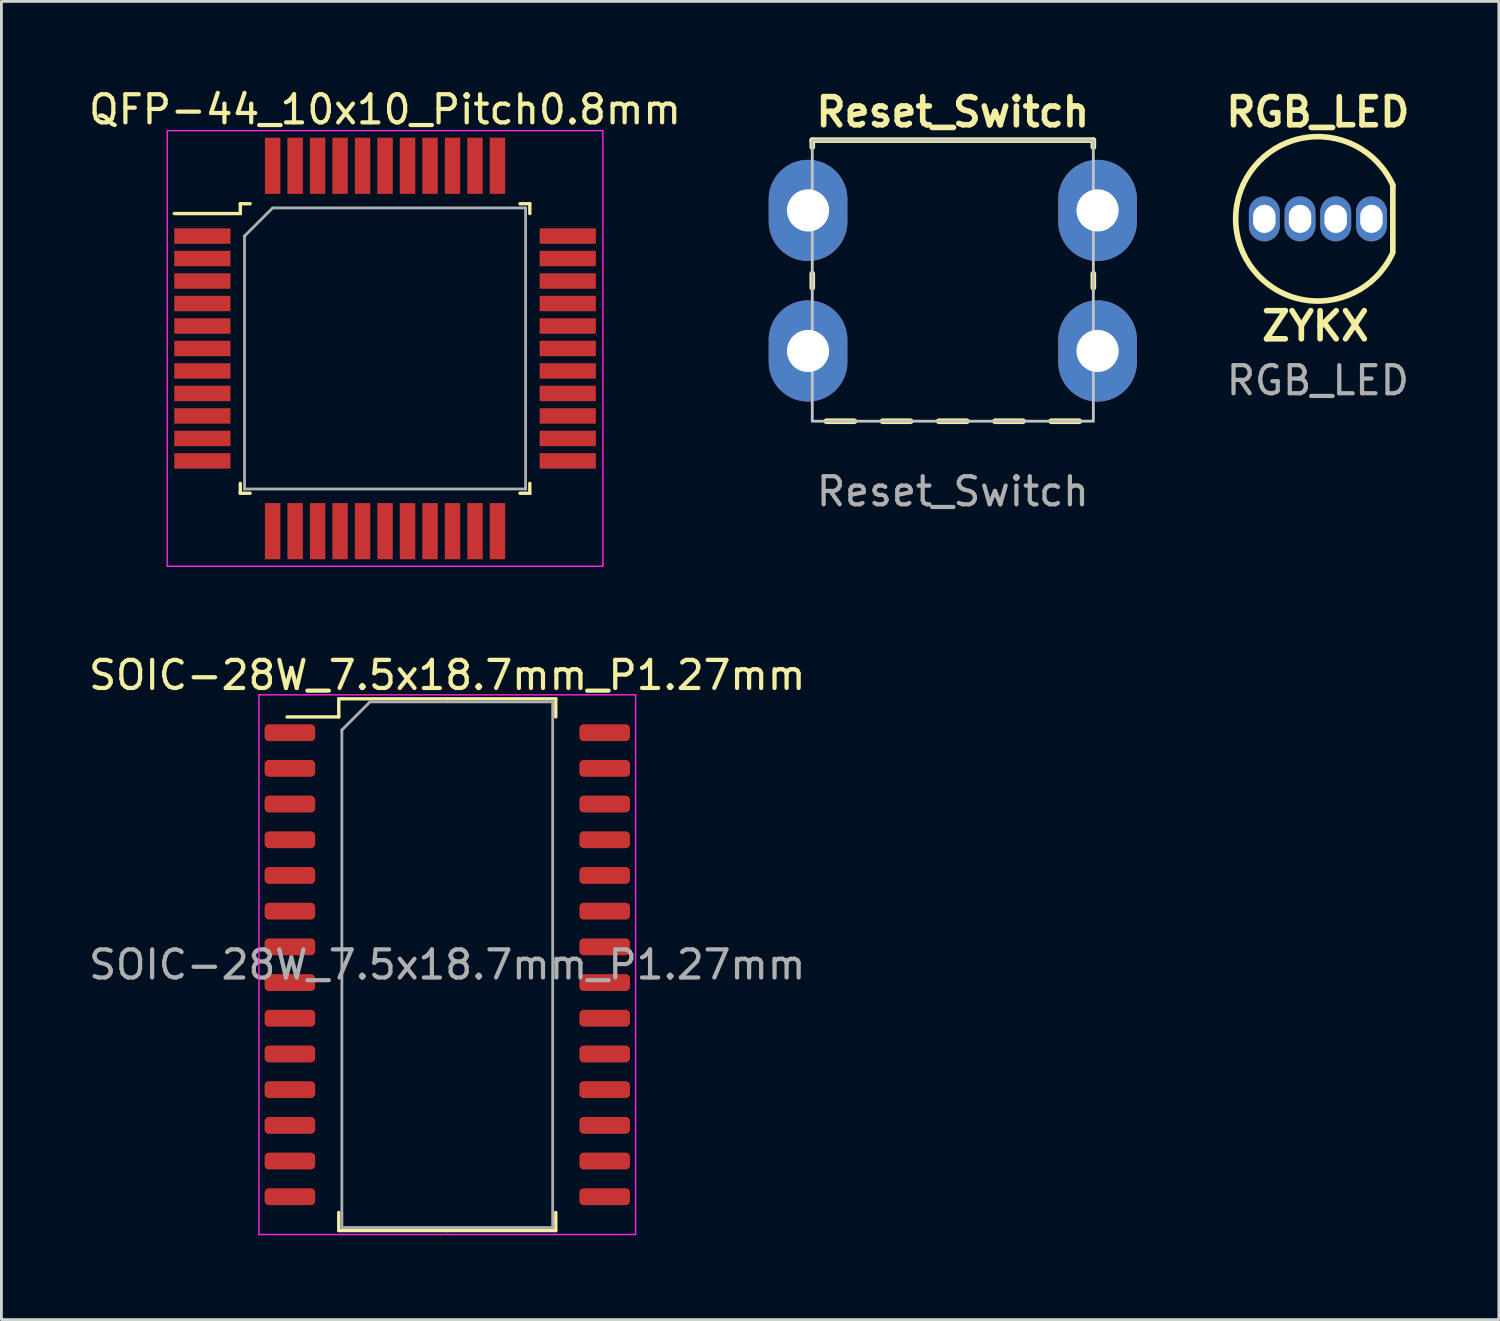
<source format=kicad_pcb>
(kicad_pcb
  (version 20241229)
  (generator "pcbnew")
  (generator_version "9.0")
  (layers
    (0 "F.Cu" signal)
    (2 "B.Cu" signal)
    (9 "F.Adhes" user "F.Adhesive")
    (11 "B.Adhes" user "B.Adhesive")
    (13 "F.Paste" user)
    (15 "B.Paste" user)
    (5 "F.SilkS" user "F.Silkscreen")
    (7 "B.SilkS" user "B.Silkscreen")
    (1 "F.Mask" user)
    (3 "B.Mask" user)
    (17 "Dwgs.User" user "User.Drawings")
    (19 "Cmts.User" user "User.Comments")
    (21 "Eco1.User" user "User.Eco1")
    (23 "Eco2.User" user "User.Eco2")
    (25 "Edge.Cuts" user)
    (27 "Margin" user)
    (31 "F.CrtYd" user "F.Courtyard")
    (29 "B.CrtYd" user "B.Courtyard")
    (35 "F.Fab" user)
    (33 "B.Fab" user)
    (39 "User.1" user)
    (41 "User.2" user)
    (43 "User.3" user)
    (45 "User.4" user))
  (footprint "QFP-44_10x10_Pitch0.8mm"
    (layer "F.Cu")
    (at 10.649 9.348)
    (property "Reference" "QFP-44_10x10_Pitch0.8mm" (at 0 -8.5 0) (layer "F.SilkS") (effects (font (size 1 1) (thickness 0.15))))
    (attr smd)
    (fp_line (start -5.15 -5.15) (end -5.15 -4.8) (stroke (width 0.12) (type default)) (layer "F.SilkS"))
    (fp_line (start -5.15 -4.8) (end -7.5 -4.8) (stroke (width 0.12) (type default)) (layer "F.SilkS"))
    (fp_line (start -5.15 5.15) (end -5.15 4.8) (stroke (width 0.12) (type default)) (layer "F.SilkS"))
    (fp_line (start -4.8 -5.15) (end -5.15 -5.15) (stroke (width 0.12) (type default)) (layer "F.SilkS"))
    (fp_line (start -4.8 5.15) (end -5.15 5.15) (stroke (width 0.12) (type default)) (layer "F.SilkS"))
    (fp_line (start 4.8 -5.15) (end 5.15 -5.15) (stroke (width 0.12) (type default)) (layer "F.SilkS"))
    (fp_line (start 4.8 5.15) (end 5.15 5.15) (stroke (width 0.12) (type default)) (layer "F.SilkS"))
    (fp_line (start 5.15 -5.15) (end 5.15 -4.8) (stroke (width 0.12) (type default)) (layer "F.SilkS"))
    (fp_line (start 5.15 5.15) (end 5.15 4.8) (stroke (width 0.12) (type default)) (layer "F.SilkS"))
    (fp_line (start -7.75 -7.75) (end 7.75 -7.75) (stroke (width 0.05) (type default)) (layer "F.CrtYd"))
    (fp_line (start -7.75 7.75) (end -7.75 -7.75) (stroke (width 0.05) (type default)) (layer "F.CrtYd"))
    (fp_line (start 7.75 -7.75) (end 7.75 7.75) (stroke (width 0.05) (type default)) (layer "F.CrtYd"))
    (fp_line (start 7.75 7.75) (end -7.75 7.75) (stroke (width 0.05) (type default)) (layer "F.CrtYd"))
    (fp_line (start -5 -4) (end -5 5) (stroke (width 0.1) (type default)) (layer "F.Fab"))
    (fp_line (start -5 5) (end 5 5) (stroke (width 0.1) (type default)) (layer "F.Fab"))
    (fp_line (start -4 -5) (end -5 -4) (stroke (width 0.1) (type default)) (layer "F.Fab"))
    (fp_line (start 5 -5) (end -4 -5) (stroke (width 0.1) (type default)) (layer "F.Fab"))
    (fp_line (start 5 5) (end 5 -5) (stroke (width 0.1) (type default)) (layer "F.Fab"))
    (pad "1" smd rect (at -6.5 -4 90) (size 0.55 2) (layers "F.Cu" "F.Mask" "F.Paste"))
    (pad "2" smd rect (at -6.5 -3.2 90) (size 0.55 2) (layers "F.Cu" "F.Mask" "F.Paste"))
    (pad "3" smd rect (at -6.5 -2.4 90) (size 0.55 2) (layers "F.Cu" "F.Mask" "F.Paste"))
    (pad "4" smd rect (at -6.5 -1.6 90) (size 0.55 2) (layers "F.Cu" "F.Mask" "F.Paste"))
    (pad "5" smd rect (at -6.5 -0.8 90) (size 0.55 2) (layers "F.Cu" "F.Mask" "F.Paste"))
    (pad "6" smd rect (at -6.5 0 90) (size 0.55 2) (layers "F.Cu" "F.Mask" "F.Paste"))
    (pad "7" smd rect (at -6.5 0.8 90) (size 0.55 2) (layers "F.Cu" "F.Mask" "F.Paste"))
    (pad "8" smd rect (at -6.5 1.6 90) (size 0.55 2) (layers "F.Cu" "F.Mask" "F.Paste"))
    (pad "9" smd rect (at -6.5 2.4 90) (size 0.55 2) (layers "F.Cu" "F.Mask" "F.Paste"))
    (pad "10" smd rect (at -6.5 3.2 90) (size 0.55 2) (layers "F.Cu" "F.Mask" "F.Paste"))
    (pad "11" smd rect (at -6.5 4 90) (size 0.55 2) (layers "F.Cu" "F.Mask" "F.Paste"))
    (pad "12" smd rect (at -4 6.5) (size 0.55 2) (layers "F.Cu" "F.Mask" "F.Paste"))
    (pad "13" smd rect (at -3.2 6.5) (size 0.55 2) (layers "F.Cu" "F.Mask" "F.Paste"))
    (pad "14" smd rect (at -2.4 6.5) (size 0.55 2) (layers "F.Cu" "F.Mask" "F.Paste"))
    (pad "15" smd rect (at -1.6 6.5) (size 0.55 2) (layers "F.Cu" "F.Mask" "F.Paste"))
    (pad "16" smd rect (at -0.8 6.5) (size 0.55 2) (layers "F.Cu" "F.Mask" "F.Paste"))
    (pad "17" smd rect (at 0 6.5) (size 0.55 2) (layers "F.Cu" "F.Mask" "F.Paste"))
    (pad "18" smd rect (at 0.8 6.5) (size 0.55 2) (layers "F.Cu" "F.Mask" "F.Paste"))
    (pad "19" smd rect (at 1.6 6.5) (size 0.55 2) (layers "F.Cu" "F.Mask" "F.Paste"))
    (pad "20" smd rect (at 2.4 6.5) (size 0.55 2) (layers "F.Cu" "F.Mask" "F.Paste"))
    (pad "21" smd rect (at 3.2 6.5) (size 0.55 2) (layers "F.Cu" "F.Mask" "F.Paste"))
    (pad "22" smd rect (at 4 6.5) (size 0.55 2) (layers "F.Cu" "F.Mask" "F.Paste"))
    (pad "23" smd rect (at 6.5 4 90) (size 0.55 2) (layers "F.Cu" "F.Mask" "F.Paste"))
    (pad "24" smd rect (at 6.5 3.2 90) (size 0.55 2) (layers "F.Cu" "F.Mask" "F.Paste"))
    (pad "25" smd rect (at 6.5 2.4 90) (size 0.55 2) (layers "F.Cu" "F.Mask" "F.Paste"))
    (pad "26" smd rect (at 6.5 1.6 90) (size 0.55 2) (layers "F.Cu" "F.Mask" "F.Paste"))
    (pad "27" smd rect (at 6.5 0.8 90) (size 0.55 2) (layers "F.Cu" "F.Mask" "F.Paste"))
    (pad "28" smd rect (at 6.5 0 90) (size 0.55 2) (layers "F.Cu" "F.Mask" "F.Paste"))
    (pad "29" smd rect (at 6.5 -0.8 90) (size 0.55 2) (layers "F.Cu" "F.Mask" "F.Paste"))
    (pad "30" smd rect (at 6.5 -1.6 90) (size 0.55 2) (layers "F.Cu" "F.Mask" "F.Paste"))
    (pad "31" smd rect (at 6.5 -2.4 90) (size 0.55 2) (layers "F.Cu" "F.Mask" "F.Paste"))
    (pad "32" smd rect (at 6.5 -3.2 90) (size 0.55 2) (layers "F.Cu" "F.Mask" "F.Paste"))
    (pad "33" smd rect (at 6.5 -4 90) (size 0.55 2) (layers "F.Cu" "F.Mask" "F.Paste"))
    (pad "34" smd rect (at 4 -6.5) (size 0.55 2) (layers "F.Cu" "F.Mask" "F.Paste"))
    (pad "35" smd rect (at 3.2 -6.5) (size 0.55 2) (layers "F.Cu" "F.Mask" "F.Paste"))
    (pad "36" smd rect (at 2.4 -6.5) (size 0.55 2) (layers "F.Cu" "F.Mask" "F.Paste"))
    (pad "37" smd rect (at 1.6 -6.5) (size 0.55 2) (layers "F.Cu" "F.Mask" "F.Paste"))
    (pad "38" smd rect (at 0.8 -6.5) (size 0.55 2) (layers "F.Cu" "F.Mask" "F.Paste"))
    (pad "39" smd rect (at 0 -6.5) (size 0.55 2) (layers "F.Cu" "F.Mask" "F.Paste"))
    (pad "40" smd rect (at -0.8 -6.5) (size 0.55 2) (layers "F.Cu" "F.Mask" "F.Paste"))
    (pad "41" smd rect (at -1.6 -6.5) (size 0.55 2) (layers "F.Cu" "F.Mask" "F.Paste"))
    (pad "42" smd rect (at -2.4 -6.5) (size 0.55 2) (layers "F.Cu" "F.Mask" "F.Paste"))
    (pad "43" smd rect (at -3.2 -6.5) (size 0.55 2) (layers "F.Cu" "F.Mask" "F.Paste"))
    (pad "44" smd rect (at -4 -6.5) (size 0.55 2) (layers "F.Cu" "F.Mask" "F.Paste")))
  (footprint "SOIC-28W_7.5x18.7mm_P1.27mm"
    (layer "F.Cu")
    (at 12.863 31.271)
    (property "Reference" "SOIC-28W_7.5x18.7mm_P1.27mm" (at 0 -10.3 0) (layer "F.SilkS") (effects (font (size 1 1) (thickness 0.15))))
    (attr smd)
    (fp_line (start -3.86 -9.46) (end -3.86 -8.815) (stroke (width 0.12) (type solid)) (layer "F.SilkS"))
    (fp_line (start -3.86 -8.815) (end -5.7 -8.815) (stroke (width 0.12) (type solid)) (layer "F.SilkS"))
    (fp_line (start -3.86 9.46) (end -3.86 8.815) (stroke (width 0.12) (type solid)) (layer "F.SilkS"))
    (fp_line (start 0 -9.46) (end -3.86 -9.46) (stroke (width 0.12) (type solid)) (layer "F.SilkS"))
    (fp_line (start 0 -9.46) (end 3.86 -9.46) (stroke (width 0.12) (type solid)) (layer "F.SilkS"))
    (fp_line (start 0 9.46) (end -3.86 9.46) (stroke (width 0.12) (type solid)) (layer "F.SilkS"))
    (fp_line (start 0 9.46) (end 3.86 9.46) (stroke (width 0.12) (type solid)) (layer "F.SilkS"))
    (fp_line (start 3.86 -9.46) (end 3.86 -8.815) (stroke (width 0.12) (type solid)) (layer "F.SilkS"))
    (fp_line (start 3.86 9.46) (end 3.86 8.815) (stroke (width 0.12) (type solid)) (layer "F.SilkS"))
    (fp_line (start -6.7 -9.6) (end -6.7 9.6) (stroke (width 0.05) (type solid)) (layer "F.CrtYd"))
    (fp_line (start -6.7 9.6) (end 6.7 9.6) (stroke (width 0.05) (type solid)) (layer "F.CrtYd"))
    (fp_line (start 6.7 -9.6) (end -6.7 -9.6) (stroke (width 0.05) (type solid)) (layer "F.CrtYd"))
    (fp_line (start 6.7 9.6) (end 6.7 -9.6) (stroke (width 0.05) (type solid)) (layer "F.CrtYd"))
    (fp_line (start -3.75 -8.35) (end -2.75 -9.35) (stroke (width 0.1) (type solid)) (layer "F.Fab"))
    (fp_line (start -3.75 9.35) (end -3.75 -8.35) (stroke (width 0.1) (type solid)) (layer "F.Fab"))
    (fp_line (start -2.75 -9.35) (end 3.75 -9.35) (stroke (width 0.1) (type solid)) (layer "F.Fab"))
    (fp_line (start 3.75 -9.35) (end 3.75 9.35) (stroke (width 0.1) (type solid)) (layer "F.Fab"))
    (fp_line (start 3.75 9.35) (end -3.75 9.35) (stroke (width 0.1) (type solid)) (layer "F.Fab"))
    (fp_text user "${REFERENCE}" (at 0 0 0) (layer "F.Fab") (effects (font (size 1 1) (thickness 0.15))))
    (pad "1" smd roundrect (at -5.6 -8.255) (size 1.8 0.6) (layers "F.Cu" "F.Mask" "F.Paste") (roundrect_rratio 0.25))
    (pad "2" smd roundrect (at -5.6 -6.985) (size 1.8 0.6) (layers "F.Cu" "F.Mask" "F.Paste") (roundrect_rratio 0.25))
    (pad "3" smd roundrect (at -5.6 -5.715) (size 1.8 0.6) (layers "F.Cu" "F.Mask" "F.Paste") (roundrect_rratio 0.25))
    (pad "4" smd roundrect (at -5.6 -4.445) (size 1.8 0.6) (layers "F.Cu" "F.Mask" "F.Paste") (roundrect_rratio 0.25))
    (pad "5" smd roundrect (at -5.6 -3.175) (size 1.8 0.6) (layers "F.Cu" "F.Mask" "F.Paste") (roundrect_rratio 0.25))
    (pad "6" smd roundrect (at -5.6 -1.905) (size 1.8 0.6) (layers "F.Cu" "F.Mask" "F.Paste") (roundrect_rratio 0.25))
    (pad "7" smd roundrect (at -5.6 -0.635) (size 1.8 0.6) (layers "F.Cu" "F.Mask" "F.Paste") (roundrect_rratio 0.25))
    (pad "8" smd roundrect (at -5.6 0.635) (size 1.8 0.6) (layers "F.Cu" "F.Mask" "F.Paste") (roundrect_rratio 0.25))
    (pad "9" smd roundrect (at -5.6 1.905) (size 1.8 0.6) (layers "F.Cu" "F.Mask" "F.Paste") (roundrect_rratio 0.25))
    (pad "10" smd roundrect (at -5.6 3.175) (size 1.8 0.6) (layers "F.Cu" "F.Mask" "F.Paste") (roundrect_rratio 0.25))
    (pad "11" smd roundrect (at -5.6 4.445) (size 1.8 0.6) (layers "F.Cu" "F.Mask" "F.Paste") (roundrect_rratio 0.25))
    (pad "12" smd roundrect (at -5.6 5.715) (size 1.8 0.6) (layers "F.Cu" "F.Mask" "F.Paste") (roundrect_rratio 0.25))
    (pad "13" smd roundrect (at -5.6 6.985) (size 1.8 0.6) (layers "F.Cu" "F.Mask" "F.Paste") (roundrect_rratio 0.25))
    (pad "14" smd roundrect (at -5.6 8.255) (size 1.8 0.6) (layers "F.Cu" "F.Mask" "F.Paste") (roundrect_rratio 0.25))
    (pad "15" smd roundrect (at 5.6 8.255) (size 1.8 0.6) (layers "F.Cu" "F.Mask" "F.Paste") (roundrect_rratio 0.25))
    (pad "16" smd roundrect (at 5.6 6.985) (size 1.8 0.6) (layers "F.Cu" "F.Mask" "F.Paste") (roundrect_rratio 0.25))
    (pad "17" smd roundrect (at 5.6 5.715) (size 1.8 0.6) (layers "F.Cu" "F.Mask" "F.Paste") (roundrect_rratio 0.25))
    (pad "18" smd roundrect (at 5.6 4.445) (size 1.8 0.6) (layers "F.Cu" "F.Mask" "F.Paste") (roundrect_rratio 0.25))
    (pad "19" smd roundrect (at 5.6 3.175) (size 1.8 0.6) (layers "F.Cu" "F.Mask" "F.Paste") (roundrect_rratio 0.25))
    (pad "20" smd roundrect (at 5.6 1.905) (size 1.8 0.6) (layers "F.Cu" "F.Mask" "F.Paste") (roundrect_rratio 0.25))
    (pad "21" smd roundrect (at 5.6 0.635) (size 1.8 0.6) (layers "F.Cu" "F.Mask" "F.Paste") (roundrect_rratio 0.25))
    (pad "22" smd roundrect (at 5.6 -0.635) (size 1.8 0.6) (layers "F.Cu" "F.Mask" "F.Paste") (roundrect_rratio 0.25))
    (pad "23" smd roundrect (at 5.6 -1.905) (size 1.8 0.6) (layers "F.Cu" "F.Mask" "F.Paste") (roundrect_rratio 0.25))
    (pad "24" smd roundrect (at 5.6 -3.175) (size 1.8 0.6) (layers "F.Cu" "F.Mask" "F.Paste") (roundrect_rratio 0.25))
    (pad "25" smd roundrect (at 5.6 -4.445) (size 1.8 0.6) (layers "F.Cu" "F.Mask" "F.Paste") (roundrect_rratio 0.25))
    (pad "26" smd roundrect (at 5.6 -5.715) (size 1.8 0.6) (layers "F.Cu" "F.Mask" "F.Paste") (roundrect_rratio 0.25))
    (pad "27" smd roundrect (at 5.6 -6.985) (size 1.8 0.6) (layers "F.Cu" "F.Mask" "F.Paste") (roundrect_rratio 0.25))
    (pad "28" smd roundrect (at 5.6 -8.255) (size 1.8 0.6) (layers "F.Cu" "F.Mask" "F.Paste") (roundrect_rratio 0.25)))
  (footprint "RGB_LED"
    (layer "F.Cu")
    (at 43.836 4.736)
    (property "Reference" "RGB_LED" (at 0 -3.8 0) (unlocked yes) (layer "F.SilkS") (effects (font (size 1 1) (thickness 0.2))))
    (attr through_hole)
    (fp_line (start 2.667 -1.2) (end 2.667 1.2) (stroke (width 0.2) (type default)) (layer "F.SilkS"))
    (fp_arc (start 2.644281 1.249266) (mid -2.924406 -0.027126) (end 2.667 -1.2) (stroke (width 0.2) (type default)) (layer "F.SilkS"))
    (fp_text user "ZYKX" (at -2.1 4.4 0) (unlocked yes) (layer "F.SilkS") (effects (font (size 1 1) (thickness 0.2) (bold yes)) (justify left bottom)))
    (fp_text user "${REFERENCE}" (at 0 5.75 0) (unlocked yes) (layer "F.Fab") (effects (font (size 1 1) (thickness 0.15))))
    (pad "1" thru_hole oval (at -1.905 0) (size 1.1 1.6) (drill oval 0.8 1) (layers "*.Cu" "*.Mask"))
    (pad "2" thru_hole oval (at -0.635 0) (size 1.1 1.6) (drill oval 0.8 1) (layers "*.Cu" "*.Mask"))
    (pad "3" thru_hole oval (at 0.635 0) (size 1.1 1.6) (drill oval 0.8 1) (layers "*.Cu" "*.Mask"))
    (pad "4" thru_hole oval (at 1.905 0) (size 1.1 1.6) (drill oval 0.8 1) (layers "*.Cu" "*.Mask")))
  (footprint "Reset_Switch"
    (layer "F.Cu")
    (at 30.848 6.936)
    (property "Reference" "Reset_Switch" (at 0 -6 0) (unlocked yes) (layer "F.SilkS") (effects (font (size 1 1) (thickness 0.2))))
    (attr through_hole)
    (fp_line (start -5 -5) (end 5 -5) (stroke (width 0.2) (type default)) (layer "F.SilkS"))
    (fp_line (start -5 -4.75) (end -5 -5) (stroke (width 0.2) (type default)) (layer "F.SilkS"))
    (fp_line (start -5 -0.25) (end -5 0.25) (stroke (width 0.2) (type default)) (layer "F.SilkS"))
    (fp_line (start -4.5 5) (end -3.5 5) (stroke (width 0.2) (type default)) (layer "F.SilkS"))
    (fp_line (start -2.5 5) (end -1.5 5) (stroke (width 0.2) (type default)) (layer "F.SilkS"))
    (fp_line (start -0.5 5) (end 0.5 5) (stroke (width 0.2) (type default)) (layer "F.SilkS"))
    (fp_line (start 1.5 5) (end 2.5 5) (stroke (width 0.2) (type default)) (layer "F.SilkS"))
    (fp_line (start 3.5 5) (end 4.5 5) (stroke (width 0.2) (type default)) (layer "F.SilkS"))
    (fp_line (start 5 -5) (end 5 -4.75) (stroke (width 0.2) (type default)) (layer "F.SilkS"))
    (fp_line (start 5 -0.25) (end 5 0.25) (stroke (width 0.2) (type default)) (layer "F.SilkS"))
    (fp_rect (start -5 -5) (end 5 5) (stroke (width 0.1) (type default)) (fill no) (layer "Dwgs.User"))
    (fp_text user "${REFERENCE}" (at 0 7.5 0) (unlocked yes) (layer "F.Fab") (effects (font (size 1 1) (thickness 0.15))))
    (pad "1" thru_hole oval (at -5.15 -2.5) (size 2.8 3.6) (drill 1.5) (layers "*.Cu" "*.Mask"))
    (pad "1" thru_hole oval (at 5.15 -2.5) (size 2.8 3.6) (drill 1.5) (layers "*.Cu" "*.Mask"))
    (pad "2" thru_hole oval (at -5.15 2.5) (size 2.8 3.6) (drill 1.5) (layers "*.Cu" "*.Mask"))
    (pad "2" thru_hole oval (at 5.15 2.5) (size 2.8 3.6) (drill 1.5) (layers "*.Cu" "*.Mask")))
  (gr_rect
    (start -3 -3)
    (end 50.274 43.897)
    (stroke (width 0.1) (type default))
    (fill no)
    (layer "Edge.Cuts")))
</source>
